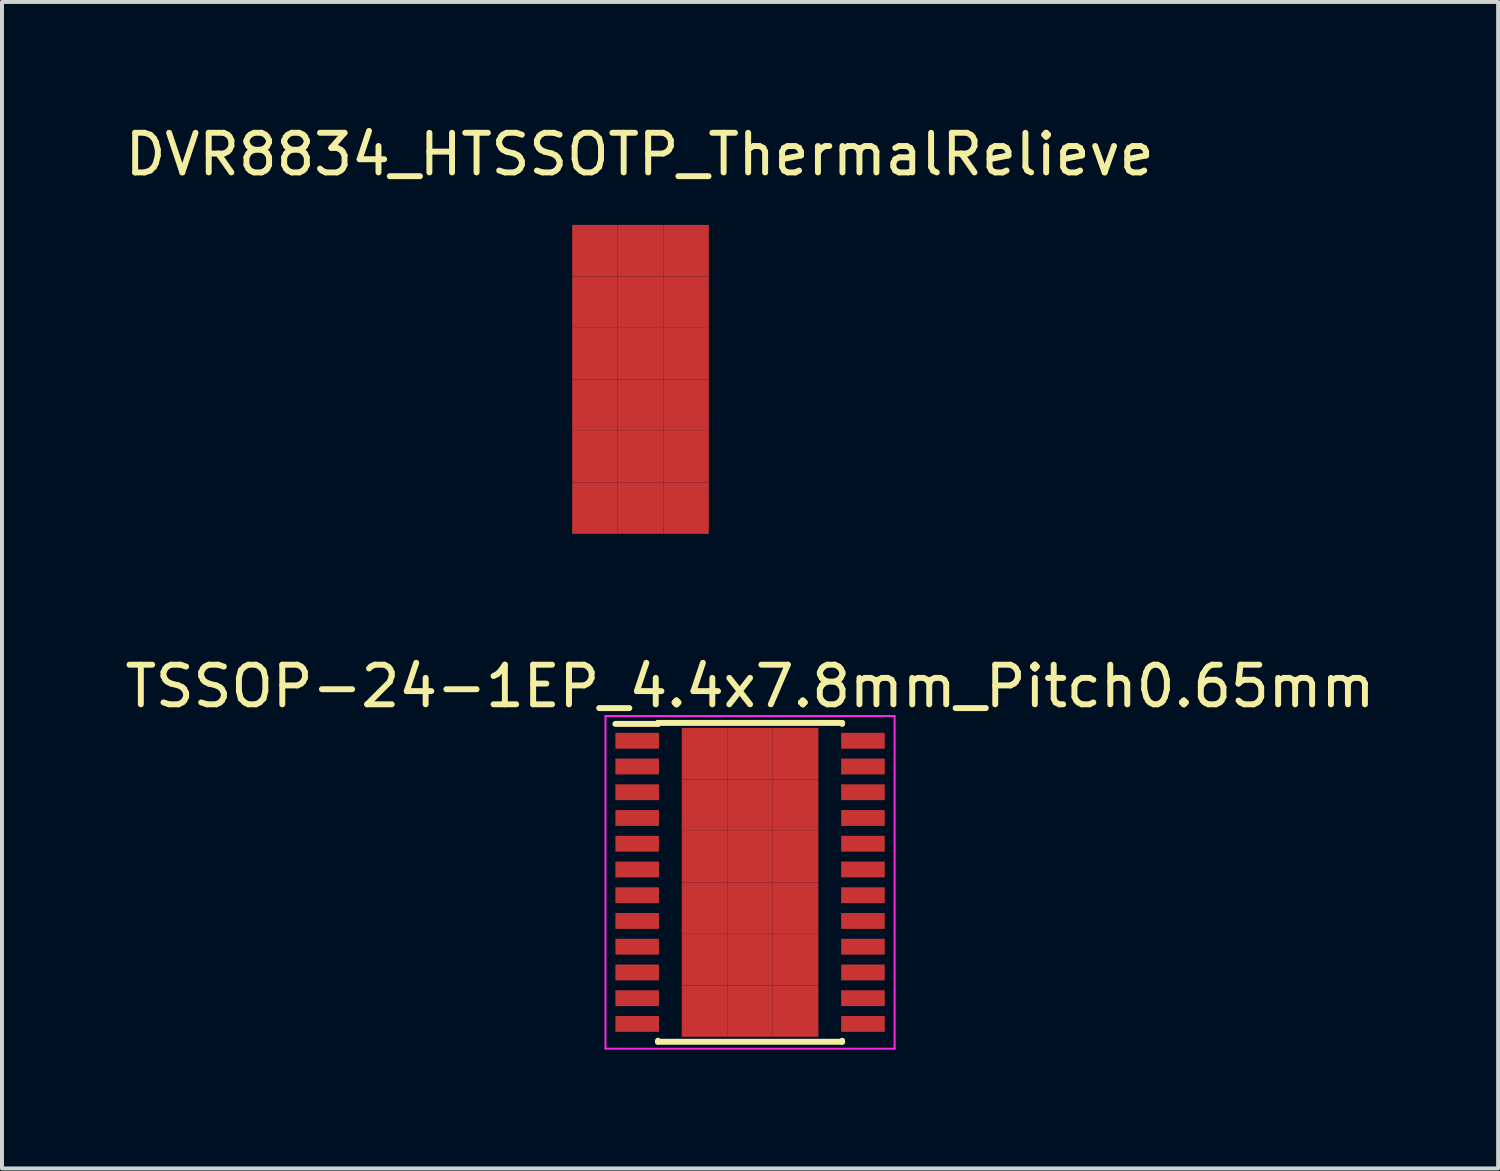
<source format=kicad_pcb>
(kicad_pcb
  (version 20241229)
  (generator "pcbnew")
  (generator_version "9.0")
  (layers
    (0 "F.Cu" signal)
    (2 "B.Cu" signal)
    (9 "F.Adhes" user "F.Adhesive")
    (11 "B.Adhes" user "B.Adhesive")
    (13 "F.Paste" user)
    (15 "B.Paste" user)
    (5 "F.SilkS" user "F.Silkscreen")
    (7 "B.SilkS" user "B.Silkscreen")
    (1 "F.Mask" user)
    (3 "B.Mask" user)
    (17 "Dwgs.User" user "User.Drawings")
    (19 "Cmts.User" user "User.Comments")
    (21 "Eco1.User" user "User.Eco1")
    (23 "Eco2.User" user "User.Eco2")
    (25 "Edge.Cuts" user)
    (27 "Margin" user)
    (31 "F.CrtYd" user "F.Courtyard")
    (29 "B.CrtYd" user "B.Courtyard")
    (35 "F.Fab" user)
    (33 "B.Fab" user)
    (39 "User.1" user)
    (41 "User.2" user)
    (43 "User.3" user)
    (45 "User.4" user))
  (footprint "TSSOP-24-1EP_4.4x7.8mm_Pitch0.65mm"
    (layer "F.Cu")
    (at 15.887 19.227)
    (property "Reference" "TSSOP-24-1EP_4.4x7.8mm_Pitch0.65mm" (at 0 -4.95 0) (layer "F.SilkS") (effects (font (size 1 1) (thickness 0.15))))
    (attr smd)
    (fp_line (start -2.325 -4.025) (end -2.325 -4) (stroke (width 0.15) (type solid)) (layer "F.SilkS"))
    (fp_line (start -2.325 -4.025) (end 2.325 -4.025) (stroke (width 0.15) (type solid)) (layer "F.SilkS"))
    (fp_line (start -2.325 -4) (end -3.4 -4) (stroke (width 0.15) (type solid)) (layer "F.SilkS"))
    (fp_line (start -2.325 4.025) (end -2.325 4) (stroke (width 0.15) (type solid)) (layer "F.SilkS"))
    (fp_line (start -2.325 4.025) (end 2.325 4.025) (stroke (width 0.15) (type solid)) (layer "F.SilkS"))
    (fp_line (start 2.325 -4.025) (end 2.325 -4) (stroke (width 0.15) (type solid)) (layer "F.SilkS"))
    (fp_line (start 2.325 4.025) (end 2.325 4) (stroke (width 0.15) (type solid)) (layer "F.SilkS"))
    (fp_line (start -3.65 -4.2) (end -3.65 4.2) (stroke (width 0.05) (type solid)) (layer "F.CrtYd"))
    (fp_line (start -3.65 -4.2) (end 3.65 -4.2) (stroke (width 0.05) (type solid)) (layer "F.CrtYd"))
    (fp_line (start -3.65 4.2) (end 3.65 4.2) (stroke (width 0.05) (type solid)) (layer "F.CrtYd"))
    (fp_line (start 3.65 -4.2) (end 3.65 4.2) (stroke (width 0.05) (type solid)) (layer "F.CrtYd"))
    (pad "1" smd rect (at -2.85 -3.575) (size 1.1 0.4) (layers "F.Cu" "F.Mask" "F.Paste"))
    (pad "2" smd rect (at -2.85 -2.925) (size 1.1 0.4) (layers "F.Cu" "F.Mask" "F.Paste"))
    (pad "3" smd rect (at -2.85 -2.275) (size 1.1 0.4) (layers "F.Cu" "F.Mask" "F.Paste"))
    (pad "4" smd rect (at -2.85 -1.625) (size 1.1 0.4) (layers "F.Cu" "F.Mask" "F.Paste"))
    (pad "5" smd rect (at -2.85 -0.975) (size 1.1 0.4) (layers "F.Cu" "F.Mask" "F.Paste"))
    (pad "6" smd rect (at -2.85 -0.325) (size 1.1 0.4) (layers "F.Cu" "F.Mask" "F.Paste"))
    (pad "7" smd rect (at -2.85 0.325) (size 1.1 0.4) (layers "F.Cu" "F.Mask" "F.Paste"))
    (pad "8" smd rect (at -2.85 0.975) (size 1.1 0.4) (layers "F.Cu" "F.Mask" "F.Paste"))
    (pad "9" smd rect (at -2.85 1.625) (size 1.1 0.4) (layers "F.Cu" "F.Mask" "F.Paste"))
    (pad "10" smd rect (at -2.85 2.275) (size 1.1 0.4) (layers "F.Cu" "F.Mask" "F.Paste"))
    (pad "11" smd rect (at -2.85 2.925) (size 1.1 0.4) (layers "F.Cu" "F.Mask" "F.Paste"))
    (pad "12" smd rect (at -2.85 3.575) (size 1.1 0.4) (layers "F.Cu" "F.Mask" "F.Paste"))
    (pad "13" smd rect (at 2.85 3.575) (size 1.1 0.4) (layers "F.Cu" "F.Mask" "F.Paste"))
    (pad "14" smd rect (at 2.85 2.925) (size 1.1 0.4) (layers "F.Cu" "F.Mask" "F.Paste"))
    (pad "15" smd rect (at 2.85 2.275) (size 1.1 0.4) (layers "F.Cu" "F.Mask" "F.Paste"))
    (pad "16" smd rect (at 2.85 1.625) (size 1.1 0.4) (layers "F.Cu" "F.Mask" "F.Paste"))
    (pad "17" smd rect (at 2.85 0.975) (size 1.1 0.4) (layers "F.Cu" "F.Mask" "F.Paste"))
    (pad "18" smd rect (at 2.85 0.325) (size 1.1 0.4) (layers "F.Cu" "F.Mask" "F.Paste"))
    (pad "19" smd rect (at 2.85 -0.325) (size 1.1 0.4) (layers "F.Cu" "F.Mask" "F.Paste"))
    (pad "20" smd rect (at 2.85 -0.975) (size 1.1 0.4) (layers "F.Cu" "F.Mask" "F.Paste"))
    (pad "21" smd rect (at 2.85 -1.625) (size 1.1 0.4) (layers "F.Cu" "F.Mask" "F.Paste"))
    (pad "22" smd rect (at 2.85 -2.275) (size 1.1 0.4) (layers "F.Cu" "F.Mask" "F.Paste"))
    (pad "23" smd rect (at 2.85 -2.925) (size 1.1 0.4) (layers "F.Cu" "F.Mask" "F.Paste"))
    (pad "24" smd rect (at 2.85 -3.575) (size 1.1 0.4) (layers "F.Cu" "F.Mask" "F.Paste"))
    (pad "25" smd rect (at -1.15 -3.25) (size 1.15 1.3) (layers "F.Cu" "F.Paste"))
    (pad "25" smd rect (at -1.15 -1.95) (size 1.15 1.3) (layers "F.Cu" "F.Paste"))
    (pad "25" smd rect (at -1.15 -0.65) (size 1.15 1.3) (layers "F.Cu" "F.Paste"))
    (pad "25" smd rect (at -1.15 0.65) (size 1.15 1.3) (layers "F.Cu" "F.Paste"))
    (pad "25" smd rect (at -1.15 1.95) (size 1.15 1.3) (layers "F.Cu" "F.Paste"))
    (pad "25" smd rect (at -1.15 3.25) (size 1.15 1.3) (layers "F.Cu" "F.Paste"))
    (pad "25" smd rect (at 0 -3.25) (size 1.15 1.3) (layers "F.Cu" "F.Paste"))
    (pad "25" smd rect (at 0 -1.95) (size 1.15 1.3) (layers "F.Cu" "F.Paste"))
    (pad "25" smd rect (at 0 -0.65) (size 1.15 1.3) (layers "F.Cu" "F.Mask" "F.Paste"))
    (pad "25" smd rect (at 0 0.65) (size 1.15 1.3) (layers "F.Cu" "F.Mask" "F.Paste"))
    (pad "25" smd rect (at 0 1.95) (size 1.15 1.3) (layers "F.Cu" "F.Paste"))
    (pad "25" smd rect (at 0 3.25) (size 1.15 1.3) (layers "F.Cu" "F.Paste"))
    (pad "25" smd rect (at 1.15 -3.25) (size 1.15 1.3) (layers "F.Cu" "F.Paste"))
    (pad "25" smd rect (at 1.15 -1.95) (size 1.15 1.3) (layers "F.Cu" "F.Paste"))
    (pad "25" smd rect (at 1.15 -0.65) (size 1.15 1.3) (layers "F.Cu" "F.Paste"))
    (pad "25" smd rect (at 1.15 0.65) (size 1.15 1.3) (layers "F.Cu" "F.Paste"))
    (pad "25" smd rect (at 1.15 1.95) (size 1.15 1.3) (layers "F.Cu" "F.Paste"))
    (pad "25" smd rect (at 1.15 3.25) (size 1.15 1.3) (layers "F.Cu" "F.Paste")))
  (footprint "DVR8834_HTSSOTP_ThermalRelieve"
    (layer "F.Cu")
    (at 13.121 6.528)
    (property "Reference" "DVR8834_HTSSOTP_ThermalRelieve" (at -0.02 -5.68 0) (layer "F.SilkS") (effects (font (size 1 1) (thickness 0.15))))
    (attr through_hole)
    (pad "1" smd rect (at -1.15 -3.25) (size 1.15 1.3) (layers "F.Cu" "F.Paste"))
    (pad "1" smd rect (at -1.15 -1.95) (size 1.15 1.3) (layers "F.Cu" "F.Paste"))
    (pad "1" smd rect (at -1.15 -0.65) (size 1.15 1.3) (layers "F.Cu" "F.Paste"))
    (pad "1" smd rect (at -1.15 0.65) (size 1.15 1.3) (layers "F.Cu" "F.Paste"))
    (pad "1" smd rect (at -1.15 1.95) (size 1.15 1.3) (layers "F.Cu" "F.Paste"))
    (pad "1" smd rect (at -1.15 3.25) (size 1.15 1.3) (layers "F.Cu" "F.Paste"))
    (pad "1" smd rect (at 0 -3.25) (size 1.15 1.3) (layers "F.Cu" "F.Paste"))
    (pad "1" smd rect (at 0 -1.95) (size 1.15 1.3) (layers "F.Cu" "F.Paste"))
    (pad "1" smd rect (at 0 -0.65) (size 1.15 1.3) (layers "F.Cu" "F.Mask" "F.Paste"))
    (pad "1" smd rect (at 0 0.65) (size 1.15 1.3) (layers "F.Cu" "F.Mask" "F.Paste"))
    (pad "1" smd rect (at 0 1.95) (size 1.15 1.3) (layers "F.Cu" "F.Paste"))
    (pad "1" smd rect (at 0 3.25) (size 1.15 1.3) (layers "F.Cu" "F.Paste"))
    (pad "1" smd rect (at 1.15 -3.25) (size 1.15 1.3) (layers "F.Cu" "F.Paste"))
    (pad "1" smd rect (at 1.15 -1.95) (size 1.15 1.3) (layers "F.Cu" "F.Paste"))
    (pad "1" smd rect (at 1.15 -0.65) (size 1.15 1.3) (layers "F.Cu" "F.Paste"))
    (pad "1" smd rect (at 1.15 0.65) (size 1.15 1.3) (layers "F.Cu" "F.Paste"))
    (pad "1" smd rect (at 1.15 1.95) (size 1.15 1.3) (layers "F.Cu" "F.Paste"))
    (pad "1" smd rect (at 1.15 3.25) (size 1.15 1.3) (layers "F.Cu" "F.Paste")))
  (gr_rect
    (start -3 -3)
    (end 34.774 26.451)
    (stroke (width 0.1) (type default))
    (fill no)
    (layer "Edge.Cuts")))
</source>
